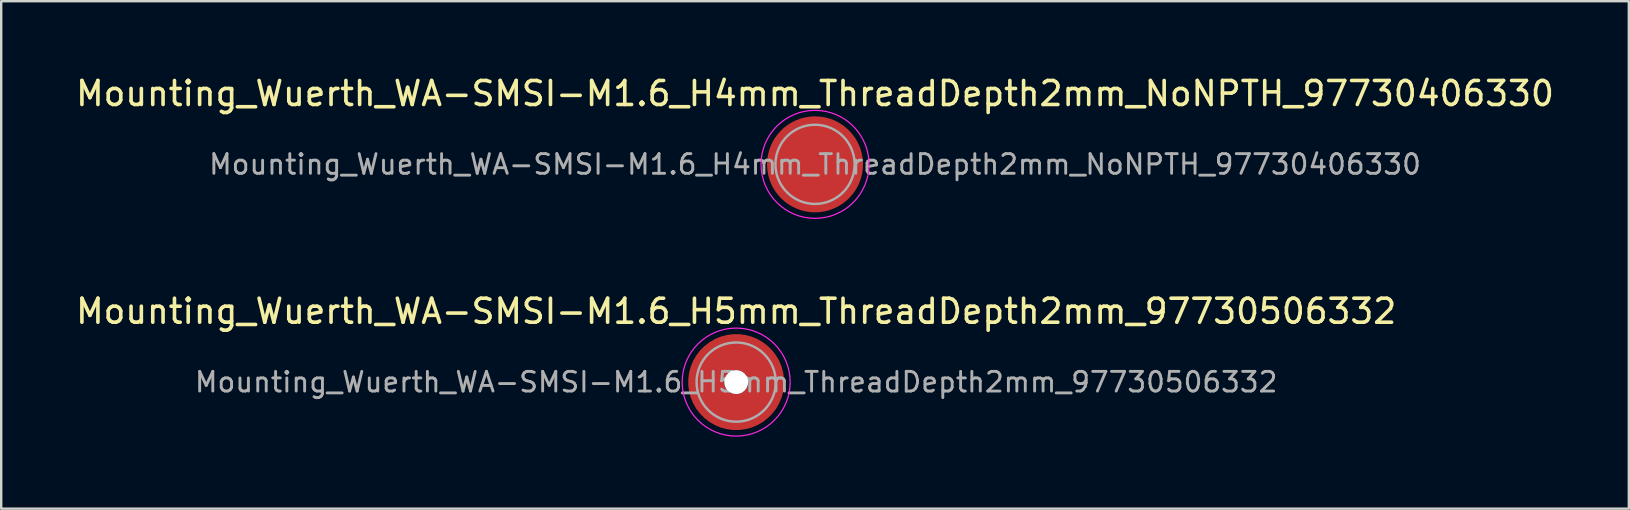
<source format=kicad_pcb>
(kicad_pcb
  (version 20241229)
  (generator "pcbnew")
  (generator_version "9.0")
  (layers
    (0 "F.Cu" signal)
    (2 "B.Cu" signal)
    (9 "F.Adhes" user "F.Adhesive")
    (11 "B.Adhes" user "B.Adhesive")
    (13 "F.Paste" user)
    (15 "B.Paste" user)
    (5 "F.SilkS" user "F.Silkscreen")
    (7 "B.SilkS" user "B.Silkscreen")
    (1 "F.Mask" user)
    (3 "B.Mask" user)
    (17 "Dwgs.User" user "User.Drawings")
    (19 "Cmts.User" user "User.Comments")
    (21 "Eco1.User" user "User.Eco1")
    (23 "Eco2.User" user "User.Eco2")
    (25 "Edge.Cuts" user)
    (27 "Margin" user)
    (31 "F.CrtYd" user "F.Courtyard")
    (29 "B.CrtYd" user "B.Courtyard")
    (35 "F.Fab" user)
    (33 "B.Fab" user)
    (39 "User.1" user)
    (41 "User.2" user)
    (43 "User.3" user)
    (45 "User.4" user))
  (footprint "Mounting_Wuerth_WA-SMSI-M1.6_H5mm_ThreadDepth2mm_97730506332"
    (layer "F.Cu")
    (at 27.625 12.871)
    (property "Reference" "Mounting_Wuerth_WA-SMSI-M1.6_H5mm_ThreadDepth2mm_97730506332" (at 0 -2.95 0) (layer "F.SilkS") (effects (font (size 1 1) (thickness 0.15))))
    (attr smd allow_soldermask_bridges)
    (fp_circle (center 0 0) (end 2.25 0) (stroke (width 0.05) (type solid)) (fill no) (layer "F.CrtYd"))
    (fp_circle (center 0 0) (end 1.65 0) (stroke (width 0.1) (type solid)) (fill no) (layer "F.Fab"))
    (fp_text user "${REFERENCE}" (at 0 0 0) (layer "F.Fab") (effects (font (size 0.82 0.82) (thickness 0.12))))
    (pad "" smd custom (at 0 -1.25) (size 0.65 0.65) (layers "F.Paste") (options (anchor circle)) (primitives (gr_arc (start -0.259808 0.6) (mid 0.392514 0.670403) (end 0.7 1.25) (width 0.2)) (gr_arc (start -0.466369 0.6) (mid 0.365311 0.538278) (end 0.8 1.25) (width 0.2)) (gr_arc (start -0.622495 0.6) (mid 0.35338 0.422279) (end 0.9 1.25) (width 0.2)) (gr_arc (start -0.759934 0.6) (mid 0.346458 0.311934) (end 1 1.25) (width 0.2)) (gr_arc (start -0.887412 0.6) (mid 0.341941 0.204497) (end 1.1 1.25) (width 0.2)) (gr_arc (start -1.008712 0.6) (mid 0.338781 0.098815) (end 1.2 1.25) (width 0.2)) (gr_arc (start -1.125833 0.6) (mid 0.336465 -0.005704) (end 1.3 1.25) (width 0.2)) (gr_arc (start -1.23996 0.6) (mid 0.334706 -0.109401) (end 1.4 1.25) (width 0.2)) (gr_arc (start -1.351851 0.6) (mid 0.333335 -0.212494) (end 1.5 1.25) (width 0.2)) (gr_arc (start -1.462019 0.6) (mid 0.332242 -0.315125) (end 1.6 1.25) (width 0.2)) (gr_arc (start -1.570828 0.6) (mid 0.331355 -0.417394) (end 1.7 1.25) (width 0.2)) (gr_arc (start -1.678541 0.6) (mid 0.330625 -0.519375) (end 1.8 1.25) (width 0.2)) (gr_line (start 0.7 1.25) (end 1.8 1.25) (width 0.2)) (gr_line (start -0.26 0.6) (end -1.679 0.6) (width 0.2))))
    (pad "" np_thru_hole circle (at 0 0) (size 1 1) (drill 1) (layers "*.Cu" "*.Mask"))
    (pad "" smd custom (at 0 1.25) (size 0.65 0.65) (layers "F.Paste") (options (anchor circle)) (primitives (gr_arc (start 0.259808 -0.6) (mid -0.392514 -0.670403) (end -0.7 -1.25) (width 0.2)) (gr_arc (start 0.466369 -0.6) (mid -0.365311 -0.538278) (end -0.8 -1.25) (width 0.2)) (gr_arc (start 0.622495 -0.6) (mid -0.35338 -0.422279) (end -0.9 -1.25) (width 0.2)) (gr_arc (start 0.759934 -0.6) (mid -0.346458 -0.311934) (end -1 -1.25) (width 0.2)) (gr_arc (start 0.887412 -0.6) (mid -0.341941 -0.204497) (end -1.1 -1.25) (width 0.2)) (gr_arc (start 1.008712 -0.6) (mid -0.338781 -0.098815) (end -1.2 -1.25) (width 0.2)) (gr_arc (start 1.125833 -0.6) (mid -0.336465 0.005704) (end -1.3 -1.25) (width 0.2)) (gr_arc (start 1.23996 -0.6) (mid -0.334706 0.109401) (end -1.4 -1.25) (width 0.2)) (gr_arc (start 1.351851 -0.6) (mid -0.333335 0.212494) (end -1.5 -1.25) (width 0.2)) (gr_arc (start 1.462019 -0.6) (mid -0.332242 0.315125) (end -1.6 -1.25) (width 0.2)) (gr_arc (start 1.570828 -0.6) (mid -0.331355 0.417394) (end -1.7 -1.25) (width 0.2)) (gr_arc (start 1.678541 -0.6) (mid -0.330625 0.519375) (end -1.8 -1.25) (width 0.2)) (gr_line (start -0.7 -1.25) (end -1.8 -1.25) (width 0.2)) (gr_line (start 0.26 -0.6) (end 1.679 -0.6) (width 0.2))))
    (pad "1" smd circle (at -1.25 0) (size 0.992 0.992) (layers "F.Cu"))
    (pad "1" smd circle (at 0 -1.25) (size 0.992 0.992) (layers "F.Cu"))
    (pad "1" smd circle (at 0 1.25) (size 0.992 0.992) (layers "F.Cu"))
    (pad "1" smd custom (at 1.25 0) (size 1.5 1.5) (layers "F.Cu" "F.Mask") (options (anchor circle)) (primitives (gr_circle (center -1.25 0) (end 0 0) (width 1.5) (fill no)))))
  (footprint "Mounting_Wuerth_WA-SMSI-M1.6_H4mm_ThreadDepth2mm_NoNPTH_97730406330"
    (layer "F.Cu")
    (at 30.911 3.798)
    (property "Reference" "Mounting_Wuerth_WA-SMSI-M1.6_H4mm_ThreadDepth2mm_NoNPTH_97730406330" (at 0 -2.95 0) (layer "F.SilkS") (effects (font (size 1 1) (thickness 0.15))))
    (attr smd allow_soldermask_bridges)
    (fp_circle (center 0 0) (end 2.25 0) (stroke (width 0.05) (type solid)) (fill no) (layer "F.CrtYd"))
    (fp_circle (center 0 0) (end 1.65 0) (stroke (width 0.1) (type solid)) (fill no) (layer "F.Fab"))
    (fp_text user "${REFERENCE}" (at 0 0 0) (layer "F.Fab") (effects (font (size 0.82 0.82) (thickness 0.12))))
    (pad "" smd custom (at -0.778 -0.778) (size 0.8 0.8) (layers "F.Paste") (options (anchor circle)) (primitives (gr_arc (start 0.465568 0.527817) (mid 0.494975 0.494975) (end 0.527817 0.465568) (width 0.2)) (gr_arc (start 0.344805 0.527817) (mid 0.424264 0.424264) (end 0.527817 0.344805) (width 0.2)) (gr_arc (start 0.232382 0.527817) (mid 0.353553 0.353553) (end 0.527817 0.232382) (width 0.2)) (gr_arc (start 0.123983 0.527817) (mid 0.282843 0.282843) (end 0.527817 0.123983) (width 0.2)) (gr_arc (start 0.017883 0.527817) (mid 0.212132 0.212132) (end 0.527817 0.017883) (width 0.2)) (gr_arc (start -0.086763 0.527817) (mid 0.141421 0.141421) (end 0.527817 -0.086763) (width 0.2)) (gr_arc (start -0.190428 0.527817) (mid 0.070711 0.070711) (end 0.527817 -0.190428) (width 0.2)) (gr_arc (start -0.293397 0.527817) (mid 0 0) (end 0.527817 -0.293397) (width 0.2)) (gr_arc (start -0.395852 0.527817) (mid -0.070711 -0.070711) (end 0.527817 -0.395852) (width 0.2)) (gr_arc (start -0.497918 0.527817) (mid -0.141421 -0.141421) (end 0.527817 -0.497918) (width 0.2)) (gr_arc (start -0.59968 0.527817) (mid -0.212132 -0.212132) (end 0.527817 -0.59968) (width 0.2)) (gr_arc (start -0.701202 0.527817) (mid -0.282843 -0.282843) (end 0.527817 -0.701202) (width 0.2)) (gr_arc (start -0.802531 0.527817) (mid -0.353553 -0.353553) (end 0.527817 -0.802531) (width 0.2)) (gr_arc (start -0.9037 0.527817) (mid -0.424264 -0.424264) (end 0.527817 -0.9037) (width 0.2)) (gr_arc (start -1.004737 0.527817) (mid -0.494975 -0.494975) (end 0.527817 -1.004737) (width 0.2)) (gr_line (start 0.528 0.466) (end 0.528 -1.005) (width 0.2)) (gr_line (start 0.466 0.528) (end -1.005 0.528) (width 0.2))))
    (pad "" smd custom (at -0.778 0.778) (size 0.8 0.8) (layers "F.Paste") (options (anchor circle)) (primitives (gr_arc (start 0.527817 -0.465568) (mid 0.494975 -0.494975) (end 0.465568 -0.527817) (width 0.2)) (gr_arc (start 0.527817 -0.344805) (mid 0.424264 -0.424264) (end 0.344805 -0.527817) (width 0.2)) (gr_arc (start 0.527817 -0.232382) (mid 0.353553 -0.353553) (end 0.232382 -0.527817) (width 0.2)) (gr_arc (start 0.527817 -0.123983) (mid 0.282843 -0.282843) (end 0.123983 -0.527817) (width 0.2)) (gr_arc (start 0.527817 -0.017883) (mid 0.212132 -0.212132) (end 0.017883 -0.527817) (width 0.2)) (gr_arc (start 0.527817 0.086763) (mid 0.141421 -0.141421) (end -0.086763 -0.527817) (width 0.2)) (gr_arc (start 0.527817 0.190428) (mid 0.070711 -0.070711) (end -0.190428 -0.527817) (width 0.2)) (gr_arc (start 0.527817 0.293397) (mid 0 0) (end -0.293397 -0.527817) (width 0.2)) (gr_arc (start 0.527817 0.395852) (mid -0.070711 0.070711) (end -0.395852 -0.527817) (width 0.2)) (gr_arc (start 0.527817 0.497918) (mid -0.141421 0.141421) (end -0.497918 -0.527817) (width 0.2)) (gr_arc (start 0.527817 0.59968) (mid -0.212132 0.212132) (end -0.59968 -0.527817) (width 0.2)) (gr_arc (start 0.527817 0.701202) (mid -0.282843 0.282843) (end -0.701202 -0.527817) (width 0.2)) (gr_arc (start 0.527817 0.802531) (mid -0.353553 0.353553) (end -0.802531 -0.527817) (width 0.2)) (gr_arc (start 0.527817 0.9037) (mid -0.424264 0.424264) (end -0.9037 -0.527817) (width 0.2)) (gr_arc (start 0.527817 1.004737) (mid -0.494975 0.494975) (end -1.004737 -0.527817) (width 0.2)) (gr_line (start 0.466 -0.528) (end -1.005 -0.528) (width 0.2)) (gr_line (start 0.528 -0.466) (end 0.528 1.005) (width 0.2))))
    (pad "" smd custom (at 0.778 -0.778) (size 0.8 0.8) (layers "F.Paste") (options (anchor circle)) (primitives (gr_arc (start -0.527817 0.465568) (mid -0.494975 0.494975) (end -0.465568 0.527817) (width 0.2)) (gr_arc (start -0.527817 0.344805) (mid -0.424264 0.424264) (end -0.344805 0.527817) (width 0.2)) (gr_arc (start -0.527817 0.232382) (mid -0.353553 0.353553) (end -0.232382 0.527817) (width 0.2)) (gr_arc (start -0.527817 0.123983) (mid -0.282843 0.282843) (end -0.123983 0.527817) (width 0.2)) (gr_arc (start -0.527817 0.017883) (mid -0.212132 0.212132) (end -0.017883 0.527817) (width 0.2)) (gr_arc (start -0.527817 -0.086763) (mid -0.141421 0.141421) (end 0.086763 0.527817) (width 0.2)) (gr_arc (start -0.527817 -0.190428) (mid -0.070711 0.070711) (end 0.190428 0.527817) (width 0.2)) (gr_arc (start -0.527817 -0.293397) (mid 0 0) (end 0.293397 0.527817) (width 0.2)) (gr_arc (start -0.527817 -0.395852) (mid 0.070711 -0.070711) (end 0.395852 0.527817) (width 0.2)) (gr_arc (start -0.527817 -0.497918) (mid 0.141421 -0.141421) (end 0.497918 0.527817) (width 0.2)) (gr_arc (start -0.527817 -0.59968) (mid 0.212132 -0.212132) (end 0.59968 0.527817) (width 0.2)) (gr_arc (start -0.527817 -0.701202) (mid 0.282843 -0.282843) (end 0.701202 0.527817) (width 0.2)) (gr_arc (start -0.527817 -0.802531) (mid 0.353553 -0.353553) (end 0.802531 0.527817) (width 0.2)) (gr_arc (start -0.527817 -0.9037) (mid 0.424264 -0.424264) (end 0.9037 0.527817) (width 0.2)) (gr_arc (start -0.527817 -1.004737) (mid 0.494975 -0.494975) (end 1.004737 0.527817) (width 0.2)) (gr_line (start -0.466 0.528) (end 1.005 0.528) (width 0.2)) (gr_line (start -0.528 0.466) (end -0.528 -1.005) (width 0.2))))
    (pad "" smd custom (at 0.778 0.778) (size 0.8 0.8) (layers "F.Paste") (options (anchor circle)) (primitives (gr_arc (start -0.465568 -0.527817) (mid -0.494975 -0.494975) (end -0.527817 -0.465568) (width 0.2)) (gr_arc (start -0.344805 -0.527817) (mid -0.424264 -0.424264) (end -0.527817 -0.344805) (width 0.2)) (gr_arc (start -0.232382 -0.527817) (mid -0.353553 -0.353553) (end -0.527817 -0.232382) (width 0.2)) (gr_arc (start -0.123983 -0.527817) (mid -0.282843 -0.282843) (end -0.527817 -0.123983) (width 0.2)) (gr_arc (start -0.017883 -0.527817) (mid -0.212132 -0.212132) (end -0.527817 -0.017883) (width 0.2)) (gr_arc (start 0.086763 -0.527817) (mid -0.141421 -0.141421) (end -0.527817 0.086763) (width 0.2)) (gr_arc (start 0.190428 -0.527817) (mid -0.070711 -0.070711) (end -0.527817 0.190428) (width 0.2)) (gr_arc (start 0.293397 -0.527817) (mid 0 0) (end -0.527817 0.293397) (width 0.2)) (gr_arc (start 0.395852 -0.527817) (mid 0.070711 0.070711) (end -0.527817 0.395852) (width 0.2)) (gr_arc (start 0.497918 -0.527817) (mid 0.141421 0.141421) (end -0.527817 0.497918) (width 0.2)) (gr_arc (start 0.59968 -0.527817) (mid 0.212132 0.212132) (end -0.527817 0.59968) (width 0.2)) (gr_arc (start 0.701202 -0.527817) (mid 0.282843 0.282843) (end -0.527817 0.701202) (width 0.2)) (gr_arc (start 0.802531 -0.527817) (mid 0.353553 0.353553) (end -0.527817 0.802531) (width 0.2)) (gr_arc (start 0.9037 -0.527817) (mid 0.424264 0.424264) (end -0.527817 0.9037) (width 0.2)) (gr_arc (start 1.004737 -0.527817) (mid 0.494975 0.494975) (end -0.527817 1.004737) (width 0.2)) (gr_line (start -0.528 -0.466) (end -0.528 1.005) (width 0.2)) (gr_line (start -0.466 -0.528) (end 1.005 -0.528) (width 0.2))))
    (pad "1" smd circle (at 0 0) (size 4 4) (layers "F.Cu" "F.Mask")))
  (gr_rect
    (start -3 -3)
    (end 64.821 18.146)
    (stroke (width 0.1) (type default))
    (fill no)
    (layer "Edge.Cuts")))
</source>
